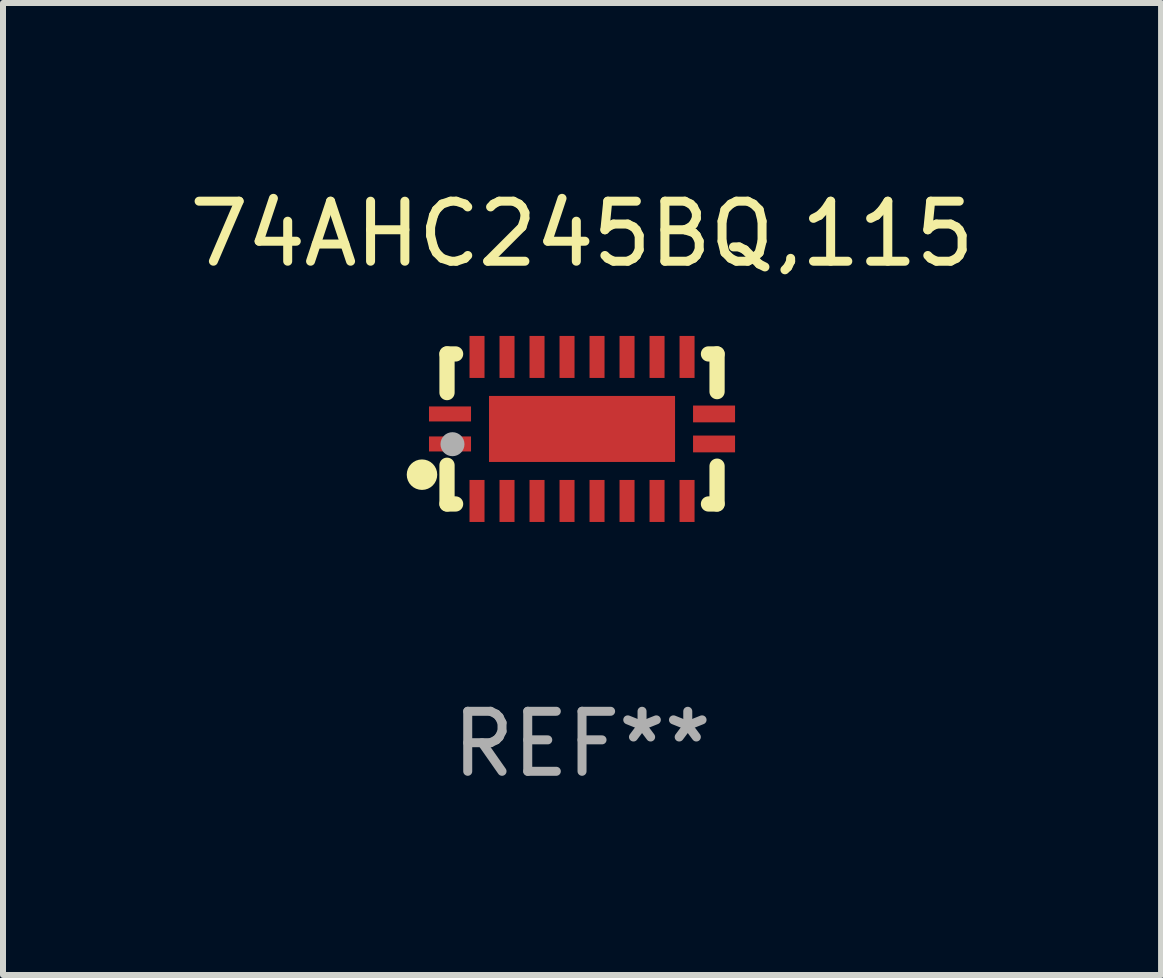
<source format=kicad_pcb>
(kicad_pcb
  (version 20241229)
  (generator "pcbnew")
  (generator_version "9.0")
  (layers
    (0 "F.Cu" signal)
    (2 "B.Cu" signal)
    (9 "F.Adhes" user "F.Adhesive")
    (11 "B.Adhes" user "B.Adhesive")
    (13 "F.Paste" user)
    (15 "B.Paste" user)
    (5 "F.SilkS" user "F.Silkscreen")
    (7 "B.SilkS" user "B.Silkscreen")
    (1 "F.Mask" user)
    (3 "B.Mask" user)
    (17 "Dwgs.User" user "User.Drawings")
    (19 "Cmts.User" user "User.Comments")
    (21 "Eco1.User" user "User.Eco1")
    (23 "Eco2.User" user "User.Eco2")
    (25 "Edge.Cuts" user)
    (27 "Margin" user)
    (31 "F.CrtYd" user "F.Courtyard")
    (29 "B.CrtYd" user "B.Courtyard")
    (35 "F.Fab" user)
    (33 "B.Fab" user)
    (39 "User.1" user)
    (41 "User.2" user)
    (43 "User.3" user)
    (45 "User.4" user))
  (footprint "74AHC245BQ,115"
    (layer "F.Cu")
    (at 6.649 4.098)
    (property "Reference" "74AHC245BQ,115" (at 0 -3.25 0) (layer "F.SilkS") (effects (font (size 1 1) (thickness 0.15))))
    (attr through_hole)
    (fp_line (start -2.25 0.605) (end -2.25 1.25) (stroke (width 0.254) (type solid)) (layer "F.SilkS"))
    (fp_line (start -2.25 1.25) (end -2.107 1.25) (stroke (width 0.254) (type solid)) (layer "F.SilkS"))
    (fp_line (start -2.25 -1.25) (end -2.25 -0.606) (stroke (width 0.254) (type solid)) (layer "F.SilkS"))
    (fp_line (start -2.25 -1.25) (end -2.107 -1.25) (stroke (width 0.254) (type solid)) (layer "F.SilkS"))
    (fp_line (start 2.107 -1.25) (end 2.25 -1.25) (stroke (width 0.254) (type solid)) (layer "F.SilkS"))
    (fp_line (start 2.107 1.25) (end 2.25 1.25) (stroke (width 0.254) (type solid)) (layer "F.SilkS"))
    (fp_line (start 2.25 -1.25) (end 2.25 -0.622) (stroke (width 0.254) (type solid)) (layer "F.SilkS"))
    (fp_line (start 2.25 0.62) (end 2.25 1.25) (stroke (width 0.254) (type solid)) (layer "F.SilkS"))
    (fp_circle (center -2.667 0.762) (end -2.54 0.762) (stroke (width 0.254) (type solid)) (fill no) (layer "F.SilkS"))
    (fp_circle (center -2.25 1.249) (end -2.22 1.249) (stroke (width 0.06) (type solid)) (fill no) (layer "F.SilkS"))
    (fp_circle (center -2.159 0.254) (end -2.059 0.254) (stroke (width 0.2) (type solid)) (fill no) (layer "F.Fab"))
    (fp_text user "REF**" (at 0 5.25 0) (layer "F.Fab") (effects (font (size 1 1) (thickness 0.15))))
    (pad "1" smd rect (at -2.2 0.25 180) (size 0.7 0.25) (layers "F.Cu" "F.Mask" "F.Paste"))
    (pad "2" smd rect (at -1.75 1.2 90) (size 0.7 0.25) (layers "F.Cu" "F.Mask" "F.Paste"))
    (pad "3" smd rect (at -1.25 1.2 90) (size 0.7 0.25) (layers "F.Cu" "F.Mask" "F.Paste"))
    (pad "4" smd rect (at -0.75 1.2 90) (size 0.7 0.25) (layers "F.Cu" "F.Mask" "F.Paste"))
    (pad "5" smd rect (at -0.25 1.2 90) (size 0.7 0.25) (layers "F.Cu" "F.Mask" "F.Paste"))
    (pad "6" smd rect (at 0.25 1.2 90) (size 0.7 0.25) (layers "F.Cu" "F.Mask" "F.Paste"))
    (pad "7" smd rect (at 0.75 1.2 90) (size 0.7 0.25) (layers "F.Cu" "F.Mask" "F.Paste"))
    (pad "8" smd rect (at 1.25 1.2 90) (size 0.7 0.25) (layers "F.Cu" "F.Mask" "F.Paste"))
    (pad "9" smd rect (at 1.75 1.2 90) (size 0.7 0.25) (layers "F.Cu" "F.Mask" "F.Paste"))
    (pad "10" smd rect (at 2.2 0.25 180) (size 0.7 0.28) (layers "F.Cu" "F.Mask" "F.Paste"))
    (pad "11" smd rect (at 2.2 -0.25 180) (size 0.7 0.28) (layers "F.Cu" "F.Mask" "F.Paste"))
    (pad "12" smd rect (at 1.75 -1.2 90) (size 0.7 0.25) (layers "F.Cu" "F.Mask" "F.Paste"))
    (pad "13" smd rect (at 1.25 -1.2 90) (size 0.7 0.25) (layers "F.Cu" "F.Mask" "F.Paste"))
    (pad "14" smd rect (at 0.75 -1.2 90) (size 0.7 0.25) (layers "F.Cu" "F.Mask" "F.Paste"))
    (pad "15" smd rect (at 0.25 -1.2 90) (size 0.7 0.25) (layers "F.Cu" "F.Mask" "F.Paste"))
    (pad "16" smd rect (at -0.25 -1.2 90) (size 0.7 0.25) (layers "F.Cu" "F.Mask" "F.Paste"))
    (pad "17" smd rect (at -0.75 -1.2 90) (size 0.7 0.25) (layers "F.Cu" "F.Mask" "F.Paste"))
    (pad "18" smd rect (at -1.25 -1.2 90) (size 0.7 0.25) (layers "F.Cu" "F.Mask" "F.Paste"))
    (pad "19" smd rect (at -1.75 -1.2 90) (size 0.7 0.25) (layers "F.Cu" "F.Mask" "F.Paste"))
    (pad "20" smd rect (at -2.2 -0.25 180) (size 0.7 0.25) (layers "F.Cu" "F.Mask" "F.Paste"))
    (pad "21" smd rect (at 0 -0.000013 180) (size 3.1 1.1) (layers "F.Cu" "F.Mask" "F.Paste")))
  (gr_rect
    (start -3 -3)
    (end 16.298 13.197)
    (stroke (width 0.1) (type default))
    (fill no)
    (layer "Edge.Cuts")))
</source>
